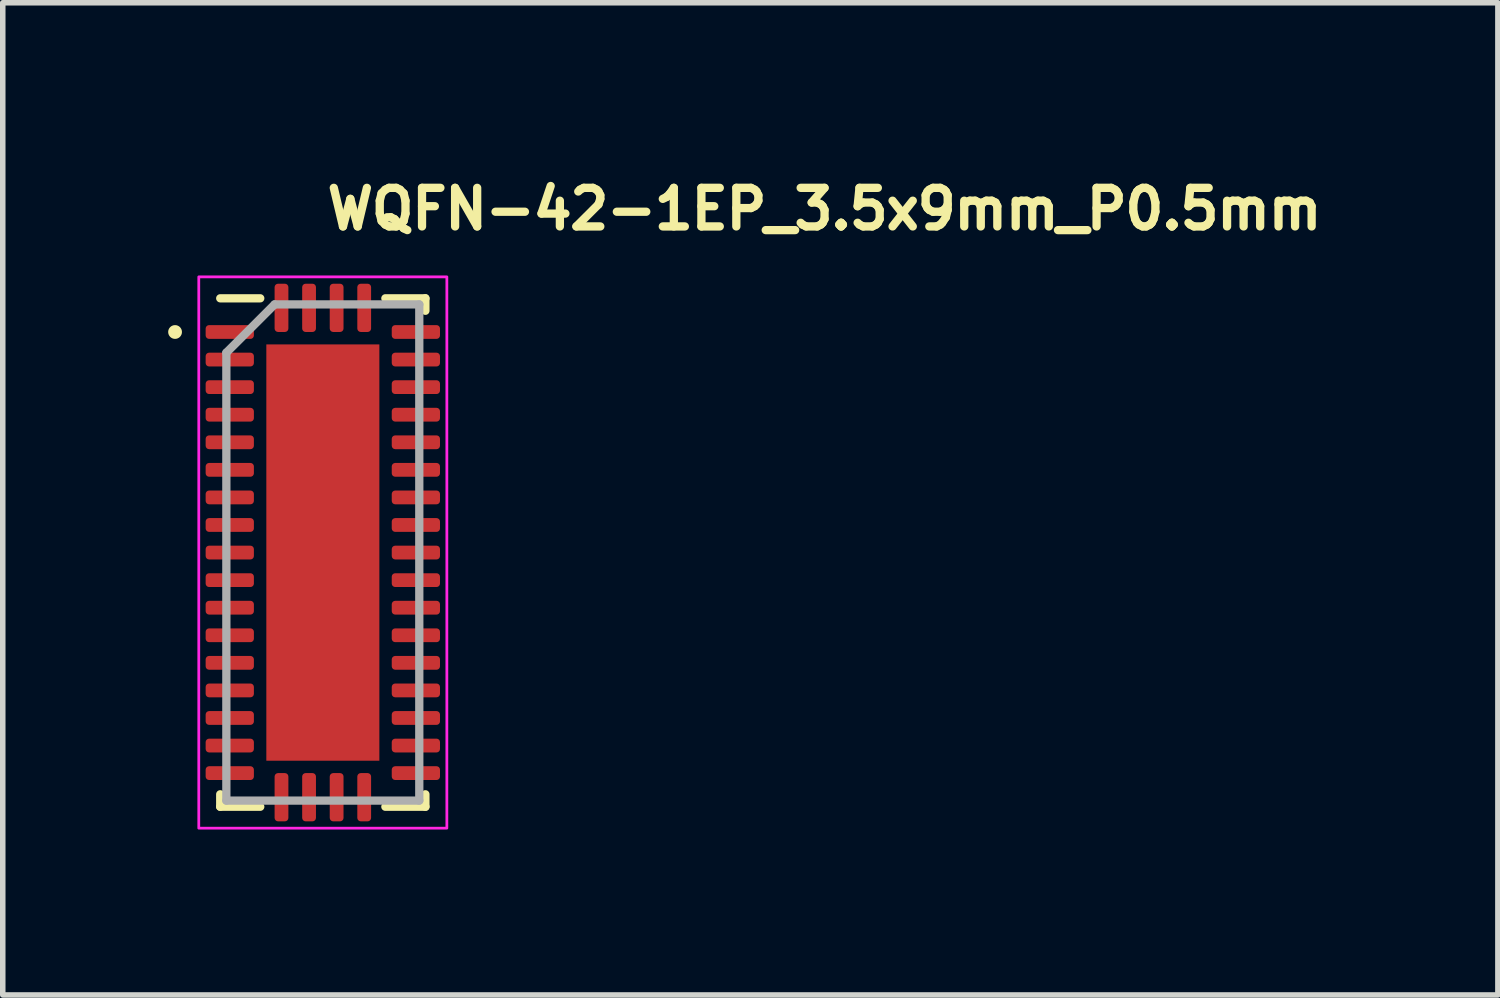
<source format=kicad_pcb>
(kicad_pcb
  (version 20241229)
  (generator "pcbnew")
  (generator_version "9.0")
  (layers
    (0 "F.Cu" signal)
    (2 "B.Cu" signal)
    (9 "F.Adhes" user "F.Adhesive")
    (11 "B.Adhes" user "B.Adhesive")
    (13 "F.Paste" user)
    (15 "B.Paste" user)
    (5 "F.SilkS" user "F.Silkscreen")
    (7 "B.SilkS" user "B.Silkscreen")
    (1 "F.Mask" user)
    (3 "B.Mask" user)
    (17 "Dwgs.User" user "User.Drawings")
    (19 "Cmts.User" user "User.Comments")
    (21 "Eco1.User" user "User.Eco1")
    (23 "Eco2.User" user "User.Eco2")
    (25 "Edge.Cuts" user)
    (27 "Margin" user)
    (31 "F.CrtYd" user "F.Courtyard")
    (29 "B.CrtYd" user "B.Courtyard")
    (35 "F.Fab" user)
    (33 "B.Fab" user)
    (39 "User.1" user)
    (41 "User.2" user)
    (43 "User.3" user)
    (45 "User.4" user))
  (footprint "WQFN-42-1EP_3.5x9mm_P0.5mm"
    (layer "F.Cu")
    (at 2.805 6.971)
    (property "Reference" "WQFN-42-1EP_3.5x9mm_P0.5mm" (at 0 -5.821 0) (layer "F.SilkS") (effects (font (size 0.7 0.7) (thickness 0.15)) (justify left bottom)))
    (attr smd)
    (fp_line (start -1.861 4.61) (end -1.861 4.384) (stroke (width 0.15) (type solid)) (layer "F.SilkS"))
    (fp_line (start -1.135 -4.611) (end -1.861 -4.611) (stroke (width 0.15) (type solid)) (layer "F.SilkS"))
    (fp_line (start -1.135 4.61) (end -1.861 4.61) (stroke (width 0.15) (type solid)) (layer "F.SilkS"))
    (fp_line (start 1.134 -4.611) (end 1.86 -4.611) (stroke (width 0.15) (type solid)) (layer "F.SilkS"))
    (fp_line (start 1.134 4.61) (end 1.86 4.61) (stroke (width 0.15) (type solid)) (layer "F.SilkS"))
    (fp_line (start 1.86 -4.611) (end 1.86 -4.385) (stroke (width 0.15) (type solid)) (layer "F.SilkS"))
    (fp_line (start 1.86 4.61) (end 1.86 4.384) (stroke (width 0.15) (type solid)) (layer "F.SilkS"))
    (fp_circle (center -2.68 -4) (end -2.63 -4) (stroke (width 0.15) (type solid)) (fill yes) (layer "F.SilkS"))
    (fp_rect (start -2.25 -5) (end 2.249 4.998) (stroke (width 0.05) (type solid)) (fill no) (layer "F.CrtYd"))
    (fp_line (start -1.75 -3.625) (end -0.875 -4.5) (stroke (width 0.15) (type solid)) (layer "F.Fab"))
    (fp_line (start -1.75 4.498) (end -1.75 -3.625) (stroke (width 0.15) (type solid)) (layer "F.Fab"))
    (fp_line (start -0.875 -4.5) (end 1.749 -4.5) (stroke (width 0.15) (type solid)) (layer "F.Fab"))
    (fp_line (start 1.749 -4.5) (end 1.749 4.498) (stroke (width 0.15) (type solid)) (layer "F.Fab"))
    (fp_line (start 1.749 4.498) (end -1.75 4.498) (stroke (width 0.15) (type solid)) (layer "F.Fab"))
    (fp_rect (start -1.75 -4.5) (end 1.749 4.498) (stroke (width 0.1) (type solid)) (fill no) (layer "User.5"))
    (fp_line (start -1.75 -4.5) (end -1.75 4.498) (stroke (width 0.02) (type solid)) (layer "User.9"))
    (fp_line (start -1.75 4.498) (end 1.749 4.498) (stroke (width 0.02) (type solid)) (layer "User.9"))
    (fp_line (start -1.45 -4.021) (end -1.45 -4.012) (stroke (width 0.02) (type solid)) (layer "User.9"))
    (fp_line (start -1.45 -4.021) (end -1.45 -4.012) (stroke (width 0.02) (type solid)) (layer "User.9"))
    (fp_line (start -1.45 -4.012) (end -1.45 -4) (stroke (width 0.02) (type solid)) (layer "User.9"))
    (fp_line (start -1.45 -4.012) (end -1.45 -4) (stroke (width 0.02) (type solid)) (layer "User.9"))
    (fp_line (start -1.45 -4) (end -1.45 -4) (stroke (width 0.02) (type solid)) (layer "User.9"))
    (fp_line (start -1.45 -4) (end -1.45 -4) (stroke (width 0.02) (type solid)) (layer "User.9"))
    (fp_line (start -1.45 -4) (end -1.45 -3.991) (stroke (width 0.02) (type solid)) (layer "User.9"))
    (fp_line (start -1.45 -4) (end -1.45 -3.991) (stroke (width 0.02) (type solid)) (layer "User.9"))
    (fp_line (start -1.45 -3.991) (end -1.45 -3.98) (stroke (width 0.02) (type solid)) (layer "User.9"))
    (fp_line (start -1.45 -3.991) (end -1.45 -3.98) (stroke (width 0.02) (type solid)) (layer "User.9"))
    (fp_line (start -1.45 -3.98) (end -1.448 -3.971) (stroke (width 0.02) (type solid)) (layer "User.9"))
    (fp_line (start -1.45 -3.98) (end -1.448 -3.971) (stroke (width 0.02) (type solid)) (layer "User.9"))
    (fp_line (start -1.448 -4.031) (end -1.45 -4.021) (stroke (width 0.02) (type solid)) (layer "User.9"))
    (fp_line (start -1.448 -4.031) (end -1.45 -4.021) (stroke (width 0.02) (type solid)) (layer "User.9"))
    (fp_line (start -1.448 -3.971) (end -1.446 -3.96) (stroke (width 0.02) (type solid)) (layer "User.9"))
    (fp_line (start -1.448 -3.971) (end -1.446 -3.96) (stroke (width 0.02) (type solid)) (layer "User.9"))
    (fp_line (start -1.446 -4.042) (end -1.448 -4.031) (stroke (width 0.02) (type solid)) (layer "User.9"))
    (fp_line (start -1.446 -4.042) (end -1.448 -4.031) (stroke (width 0.02) (type solid)) (layer "User.9"))
    (fp_line (start -1.446 -3.96) (end -1.444 -3.951) (stroke (width 0.02) (type solid)) (layer "User.9"))
    (fp_line (start -1.446 -3.96) (end -1.444 -3.951) (stroke (width 0.02) (type solid)) (layer "User.9"))
    (fp_line (start -1.444 -4.05) (end -1.446 -4.042) (stroke (width 0.02) (type solid)) (layer "User.9"))
    (fp_line (start -1.444 -4.05) (end -1.446 -4.042) (stroke (width 0.02) (type solid)) (layer "User.9"))
    (fp_line (start -1.444 -3.951) (end -1.442 -3.942) (stroke (width 0.02) (type solid)) (layer "User.9"))
    (fp_line (start -1.444 -3.951) (end -1.442 -3.942) (stroke (width 0.02) (type solid)) (layer "User.9"))
    (fp_line (start -1.442 -4.061) (end -1.444 -4.05) (stroke (width 0.02) (type solid)) (layer "User.9"))
    (fp_line (start -1.442 -4.061) (end -1.444 -4.05) (stroke (width 0.02) (type solid)) (layer "User.9"))
    (fp_line (start -1.442 -3.942) (end -1.438 -3.932) (stroke (width 0.02) (type solid)) (layer "User.9"))
    (fp_line (start -1.442 -3.942) (end -1.438 -3.932) (stroke (width 0.02) (type solid)) (layer "User.9"))
    (fp_line (start -1.438 -4.069) (end -1.442 -4.061) (stroke (width 0.02) (type solid)) (layer "User.9"))
    (fp_line (start -1.438 -4.069) (end -1.442 -4.061) (stroke (width 0.02) (type solid)) (layer "User.9"))
    (fp_line (start -1.438 -3.932) (end -1.436 -3.923) (stroke (width 0.02) (type solid)) (layer "User.9"))
    (fp_line (start -1.438 -3.932) (end -1.436 -3.923) (stroke (width 0.02) (type solid)) (layer "User.9"))
    (fp_line (start -1.436 -4.079) (end -1.438 -4.069) (stroke (width 0.02) (type solid)) (layer "User.9"))
    (fp_line (start -1.436 -4.079) (end -1.438 -4.069) (stroke (width 0.02) (type solid)) (layer "User.9"))
    (fp_line (start -1.436 -3.923) (end -1.432 -3.915) (stroke (width 0.02) (type solid)) (layer "User.9"))
    (fp_line (start -1.436 -3.923) (end -1.432 -3.915) (stroke (width 0.02) (type solid)) (layer "User.9"))
    (fp_line (start -1.432 -4.087) (end -1.436 -4.079) (stroke (width 0.02) (type solid)) (layer "User.9"))
    (fp_line (start -1.432 -4.087) (end -1.436 -4.079) (stroke (width 0.02) (type solid)) (layer "User.9"))
    (fp_line (start -1.432 -3.915) (end -1.426 -3.906) (stroke (width 0.02) (type solid)) (layer "User.9"))
    (fp_line (start -1.432 -3.915) (end -1.426 -3.906) (stroke (width 0.02) (type solid)) (layer "User.9"))
    (fp_line (start -1.426 -4.096) (end -1.432 -4.087) (stroke (width 0.02) (type solid)) (layer "User.9"))
    (fp_line (start -1.426 -4.096) (end -1.432 -4.087) (stroke (width 0.02) (type solid)) (layer "User.9"))
    (fp_line (start -1.426 -3.906) (end -1.422 -3.898) (stroke (width 0.02) (type solid)) (layer "User.9"))
    (fp_line (start -1.426 -3.906) (end -1.422 -3.898) (stroke (width 0.02) (type solid)) (layer "User.9"))
    (fp_line (start -1.422 -4.105) (end -1.426 -4.096) (stroke (width 0.02) (type solid)) (layer "User.9"))
    (fp_line (start -1.422 -4.105) (end -1.426 -4.096) (stroke (width 0.02) (type solid)) (layer "User.9"))
    (fp_line (start -1.422 -3.898) (end -1.416 -3.89) (stroke (width 0.02) (type solid)) (layer "User.9"))
    (fp_line (start -1.422 -3.898) (end -1.416 -3.89) (stroke (width 0.02) (type solid)) (layer "User.9"))
    (fp_line (start -1.416 -4.113) (end -1.422 -4.105) (stroke (width 0.02) (type solid)) (layer "User.9"))
    (fp_line (start -1.416 -4.113) (end -1.422 -4.105) (stroke (width 0.02) (type solid)) (layer "User.9"))
    (fp_line (start -1.416 -3.89) (end -1.412 -3.882) (stroke (width 0.02) (type solid)) (layer "User.9"))
    (fp_line (start -1.416 -3.89) (end -1.412 -3.882) (stroke (width 0.02) (type solid)) (layer "User.9"))
    (fp_line (start -1.412 -4.121) (end -1.416 -4.113) (stroke (width 0.02) (type solid)) (layer "User.9"))
    (fp_line (start -1.412 -4.121) (end -1.416 -4.113) (stroke (width 0.02) (type solid)) (layer "User.9"))
    (fp_line (start -1.412 -3.882) (end -1.405 -3.874) (stroke (width 0.02) (type solid)) (layer "User.9"))
    (fp_line (start -1.412 -3.882) (end -1.405 -3.874) (stroke (width 0.02) (type solid)) (layer "User.9"))
    (fp_line (start -1.405 -4.129) (end -1.412 -4.121) (stroke (width 0.02) (type solid)) (layer "User.9"))
    (fp_line (start -1.405 -4.129) (end -1.412 -4.121) (stroke (width 0.02) (type solid)) (layer "User.9"))
    (fp_line (start -1.405 -3.874) (end -1.399 -3.867) (stroke (width 0.02) (type solid)) (layer "User.9"))
    (fp_line (start -1.405 -3.874) (end -1.399 -3.867) (stroke (width 0.02) (type solid)) (layer "User.9"))
    (fp_line (start -1.399 -4.135) (end -1.405 -4.129) (stroke (width 0.02) (type solid)) (layer "User.9"))
    (fp_line (start -1.399 -4.135) (end -1.405 -4.129) (stroke (width 0.02) (type solid)) (layer "User.9"))
    (fp_line (start -1.399 -3.867) (end -1.393 -3.859) (stroke (width 0.02) (type solid)) (layer "User.9"))
    (fp_line (start -1.399 -3.867) (end -1.393 -3.859) (stroke (width 0.02) (type solid)) (layer "User.9"))
    (fp_line (start -1.393 -4.143) (end -1.399 -4.135) (stroke (width 0.02) (type solid)) (layer "User.9"))
    (fp_line (start -1.393 -4.143) (end -1.399 -4.135) (stroke (width 0.02) (type solid)) (layer "User.9"))
    (fp_line (start -1.393 -3.859) (end -1.385 -3.854) (stroke (width 0.02) (type solid)) (layer "User.9"))
    (fp_line (start -1.393 -3.859) (end -1.385 -3.854) (stroke (width 0.02) (type solid)) (layer "User.9"))
    (fp_line (start -1.385 -4.148) (end -1.393 -4.143) (stroke (width 0.02) (type solid)) (layer "User.9"))
    (fp_line (start -1.385 -4.148) (end -1.393 -4.143) (stroke (width 0.02) (type solid)) (layer "User.9"))
    (fp_line (start -1.385 -3.854) (end -1.379 -3.847) (stroke (width 0.02) (type solid)) (layer "User.9"))
    (fp_line (start -1.385 -3.854) (end -1.379 -3.847) (stroke (width 0.02) (type solid)) (layer "User.9"))
    (fp_line (start -1.379 -4.156) (end -1.385 -4.148) (stroke (width 0.02) (type solid)) (layer "User.9"))
    (fp_line (start -1.379 -4.156) (end -1.385 -4.148) (stroke (width 0.02) (type solid)) (layer "User.9"))
    (fp_line (start -1.379 -3.847) (end -1.371 -3.84) (stroke (width 0.02) (type solid)) (layer "User.9"))
    (fp_line (start -1.379 -3.847) (end -1.371 -3.84) (stroke (width 0.02) (type solid)) (layer "User.9"))
    (fp_line (start -1.371 -4.162) (end -1.379 -4.156) (stroke (width 0.02) (type solid)) (layer "User.9"))
    (fp_line (start -1.371 -4.162) (end -1.379 -4.156) (stroke (width 0.02) (type solid)) (layer "User.9"))
    (fp_line (start -1.371 -3.84) (end -1.363 -3.835) (stroke (width 0.02) (type solid)) (layer "User.9"))
    (fp_line (start -1.371 -3.84) (end -1.363 -3.835) (stroke (width 0.02) (type solid)) (layer "User.9"))
    (fp_line (start -1.363 -4.167) (end -1.371 -4.162) (stroke (width 0.02) (type solid)) (layer "User.9"))
    (fp_line (start -1.363 -4.167) (end -1.371 -4.162) (stroke (width 0.02) (type solid)) (layer "User.9"))
    (fp_line (start -1.363 -3.835) (end -1.355 -3.83) (stroke (width 0.02) (type solid)) (layer "User.9"))
    (fp_line (start -1.363 -3.835) (end -1.355 -3.83) (stroke (width 0.02) (type solid)) (layer "User.9"))
    (fp_line (start -1.355 -4.172) (end -1.363 -4.167) (stroke (width 0.02) (type solid)) (layer "User.9"))
    (fp_line (start -1.355 -4.172) (end -1.363 -4.167) (stroke (width 0.02) (type solid)) (layer "User.9"))
    (fp_line (start -1.355 -3.83) (end -1.347 -3.826) (stroke (width 0.02) (type solid)) (layer "User.9"))
    (fp_line (start -1.355 -3.83) (end -1.347 -3.826) (stroke (width 0.02) (type solid)) (layer "User.9"))
    (fp_line (start -1.347 -4.177) (end -1.355 -4.172) (stroke (width 0.02) (type solid)) (layer "User.9"))
    (fp_line (start -1.347 -4.177) (end -1.355 -4.172) (stroke (width 0.02) (type solid)) (layer "User.9"))
    (fp_line (start -1.347 -3.826) (end -1.337 -3.821) (stroke (width 0.02) (type solid)) (layer "User.9"))
    (fp_line (start -1.347 -3.826) (end -1.337 -3.821) (stroke (width 0.02) (type solid)) (layer "User.9"))
    (fp_line (start -1.337 -4.181) (end -1.347 -4.177) (stroke (width 0.02) (type solid)) (layer "User.9"))
    (fp_line (start -1.337 -4.181) (end -1.347 -4.177) (stroke (width 0.02) (type solid)) (layer "User.9"))
    (fp_line (start -1.337 -3.821) (end -1.329 -3.817) (stroke (width 0.02) (type solid)) (layer "User.9"))
    (fp_line (start -1.337 -3.821) (end -1.329 -3.817) (stroke (width 0.02) (type solid)) (layer "User.9"))
    (fp_line (start -1.329 -4.186) (end -1.337 -4.181) (stroke (width 0.02) (type solid)) (layer "User.9"))
    (fp_line (start -1.329 -4.186) (end -1.337 -4.181) (stroke (width 0.02) (type solid)) (layer "User.9"))
    (fp_line (start -1.329 -3.817) (end -1.319 -3.814) (stroke (width 0.02) (type solid)) (layer "User.9"))
    (fp_line (start -1.329 -3.817) (end -1.319 -3.814) (stroke (width 0.02) (type solid)) (layer "User.9"))
    (fp_line (start -1.319 -4.188) (end -1.329 -4.186) (stroke (width 0.02) (type solid)) (layer "User.9"))
    (fp_line (start -1.319 -4.188) (end -1.329 -4.186) (stroke (width 0.02) (type solid)) (layer "User.9"))
    (fp_line (start -1.319 -3.814) (end -1.311 -3.81) (stroke (width 0.02) (type solid)) (layer "User.9"))
    (fp_line (start -1.319 -3.814) (end -1.311 -3.81) (stroke (width 0.02) (type solid)) (layer "User.9"))
    (fp_line (start -1.311 -4.191) (end -1.319 -4.188) (stroke (width 0.02) (type solid)) (layer "User.9"))
    (fp_line (start -1.311 -4.191) (end -1.319 -4.188) (stroke (width 0.02) (type solid)) (layer "User.9"))
    (fp_line (start -1.311 -3.81) (end -1.301 -3.807) (stroke (width 0.02) (type solid)) (layer "User.9"))
    (fp_line (start -1.311 -3.81) (end -1.301 -3.807) (stroke (width 0.02) (type solid)) (layer "User.9"))
    (fp_line (start -1.301 -4.194) (end -1.311 -4.191) (stroke (width 0.02) (type solid)) (layer "User.9"))
    (fp_line (start -1.301 -4.194) (end -1.311 -4.191) (stroke (width 0.02) (type solid)) (layer "User.9"))
    (fp_line (start -1.301 -3.807) (end -1.291 -3.806) (stroke (width 0.02) (type solid)) (layer "User.9"))
    (fp_line (start -1.301 -3.807) (end -1.291 -3.806) (stroke (width 0.02) (type solid)) (layer "User.9"))
    (fp_line (start -1.291 -4.196) (end -1.301 -4.194) (stroke (width 0.02) (type solid)) (layer "User.9"))
    (fp_line (start -1.291 -4.196) (end -1.301 -4.194) (stroke (width 0.02) (type solid)) (layer "User.9"))
    (fp_line (start -1.291 -3.806) (end -1.281 -3.803) (stroke (width 0.02) (type solid)) (layer "User.9"))
    (fp_line (start -1.291 -3.806) (end -1.281 -3.803) (stroke (width 0.02) (type solid)) (layer "User.9"))
    (fp_line (start -1.281 -4.199) (end -1.291 -4.196) (stroke (width 0.02) (type solid)) (layer "User.9"))
    (fp_line (start -1.281 -4.199) (end -1.291 -4.196) (stroke (width 0.02) (type solid)) (layer "User.9"))
    (fp_line (start -1.281 -3.803) (end -1.272 -3.802) (stroke (width 0.02) (type solid)) (layer "User.9"))
    (fp_line (start -1.281 -3.803) (end -1.272 -3.802) (stroke (width 0.02) (type solid)) (layer "User.9"))
    (fp_line (start -1.272 -4.199) (end -1.281 -4.199) (stroke (width 0.02) (type solid)) (layer "User.9"))
    (fp_line (start -1.272 -4.199) (end -1.281 -4.199) (stroke (width 0.02) (type solid)) (layer "User.9"))
    (fp_line (start -1.272 -3.802) (end -1.262 -3.802) (stroke (width 0.02) (type solid)) (layer "User.9"))
    (fp_line (start -1.272 -3.802) (end -1.262 -3.802) (stroke (width 0.02) (type solid)) (layer "User.9"))
    (fp_line (start -1.262 -4.201) (end -1.272 -4.199) (stroke (width 0.02) (type solid)) (layer "User.9"))
    (fp_line (start -1.262 -4.201) (end -1.272 -4.199) (stroke (width 0.02) (type solid)) (layer "User.9"))
    (fp_line (start -1.262 -3.802) (end -1.25 -3.801) (stroke (width 0.02) (type solid)) (layer "User.9"))
    (fp_line (start -1.262 -3.802) (end -1.25 -3.801) (stroke (width 0.02) (type solid)) (layer "User.9"))
    (fp_line (start -1.25 -4.202) (end -1.262 -4.201) (stroke (width 0.02) (type solid)) (layer "User.9"))
    (fp_line (start -1.25 -4.202) (end -1.262 -4.201) (stroke (width 0.02) (type solid)) (layer "User.9"))
    (fp_line (start -1.25 -3.801) (end -1.24 -3.802) (stroke (width 0.02) (type solid)) (layer "User.9"))
    (fp_line (start -1.25 -3.801) (end -1.24 -3.802) (stroke (width 0.02) (type solid)) (layer "User.9"))
    (fp_line (start -1.24 -4.201) (end -1.252 -4.202) (stroke (width 0.02) (type solid)) (layer "User.9"))
    (fp_line (start -1.24 -4.201) (end -1.252 -4.202) (stroke (width 0.02) (type solid)) (layer "User.9"))
    (fp_line (start -1.24 -3.802) (end -1.23 -3.802) (stroke (width 0.02) (type solid)) (layer "User.9"))
    (fp_line (start -1.24 -3.802) (end -1.23 -3.802) (stroke (width 0.02) (type solid)) (layer "User.9"))
    (fp_line (start -1.23 -4.199) (end -1.24 -4.201) (stroke (width 0.02) (type solid)) (layer "User.9"))
    (fp_line (start -1.23 -4.199) (end -1.24 -4.201) (stroke (width 0.02) (type solid)) (layer "User.9"))
    (fp_line (start -1.23 -3.802) (end -1.22 -3.803) (stroke (width 0.02) (type solid)) (layer "User.9"))
    (fp_line (start -1.23 -3.802) (end -1.22 -3.803) (stroke (width 0.02) (type solid)) (layer "User.9"))
    (fp_line (start -1.22 -4.199) (end -1.23 -4.199) (stroke (width 0.02) (type solid)) (layer "User.9"))
    (fp_line (start -1.22 -4.199) (end -1.23 -4.199) (stroke (width 0.02) (type solid)) (layer "User.9"))
    (fp_line (start -1.22 -3.803) (end -1.21 -3.806) (stroke (width 0.02) (type solid)) (layer "User.9"))
    (fp_line (start -1.22 -3.803) (end -1.21 -3.806) (stroke (width 0.02) (type solid)) (layer "User.9"))
    (fp_line (start -1.21 -4.196) (end -1.22 -4.199) (stroke (width 0.02) (type solid)) (layer "User.9"))
    (fp_line (start -1.21 -4.196) (end -1.22 -4.199) (stroke (width 0.02) (type solid)) (layer "User.9"))
    (fp_line (start -1.21 -3.806) (end -1.202 -3.807) (stroke (width 0.02) (type solid)) (layer "User.9"))
    (fp_line (start -1.21 -3.806) (end -1.202 -3.807) (stroke (width 0.02) (type solid)) (layer "User.9"))
    (fp_line (start -1.202 -4.194) (end -1.21 -4.196) (stroke (width 0.02) (type solid)) (layer "User.9"))
    (fp_line (start -1.202 -4.194) (end -1.21 -4.196) (stroke (width 0.02) (type solid)) (layer "User.9"))
    (fp_line (start -1.202 -3.807) (end -1.192 -3.81) (stroke (width 0.02) (type solid)) (layer "User.9"))
    (fp_line (start -1.202 -3.807) (end -1.192 -3.81) (stroke (width 0.02) (type solid)) (layer "User.9"))
    (fp_line (start -1.192 -4.191) (end -1.202 -4.194) (stroke (width 0.02) (type solid)) (layer "User.9"))
    (fp_line (start -1.192 -4.191) (end -1.202 -4.194) (stroke (width 0.02) (type solid)) (layer "User.9"))
    (fp_line (start -1.192 -3.81) (end -1.182 -3.814) (stroke (width 0.02) (type solid)) (layer "User.9"))
    (fp_line (start -1.192 -3.81) (end -1.182 -3.814) (stroke (width 0.02) (type solid)) (layer "User.9"))
    (fp_line (start -1.182 -4.188) (end -1.192 -4.191) (stroke (width 0.02) (type solid)) (layer "User.9"))
    (fp_line (start -1.182 -4.188) (end -1.192 -4.191) (stroke (width 0.02) (type solid)) (layer "User.9"))
    (fp_line (start -1.182 -3.814) (end -1.174 -3.817) (stroke (width 0.02) (type solid)) (layer "User.9"))
    (fp_line (start -1.182 -3.814) (end -1.174 -3.817) (stroke (width 0.02) (type solid)) (layer "User.9"))
    (fp_line (start -1.174 -4.186) (end -1.182 -4.188) (stroke (width 0.02) (type solid)) (layer "User.9"))
    (fp_line (start -1.174 -4.186) (end -1.182 -4.188) (stroke (width 0.02) (type solid)) (layer "User.9"))
    (fp_line (start -1.174 -3.817) (end -1.164 -3.821) (stroke (width 0.02) (type solid)) (layer "User.9"))
    (fp_line (start -1.174 -3.817) (end -1.164 -3.821) (stroke (width 0.02) (type solid)) (layer "User.9"))
    (fp_line (start -1.164 -4.181) (end -1.174 -4.186) (stroke (width 0.02) (type solid)) (layer "User.9"))
    (fp_line (start -1.164 -4.181) (end -1.174 -4.186) (stroke (width 0.02) (type solid)) (layer "User.9"))
    (fp_line (start -1.164 -3.821) (end -1.156 -3.826) (stroke (width 0.02) (type solid)) (layer "User.9"))
    (fp_line (start -1.164 -3.821) (end -1.156 -3.826) (stroke (width 0.02) (type solid)) (layer "User.9"))
    (fp_line (start -1.156 -4.177) (end -1.164 -4.181) (stroke (width 0.02) (type solid)) (layer "User.9"))
    (fp_line (start -1.156 -4.177) (end -1.164 -4.181) (stroke (width 0.02) (type solid)) (layer "User.9"))
    (fp_line (start -1.156 -3.826) (end -1.147 -3.83) (stroke (width 0.02) (type solid)) (layer "User.9"))
    (fp_line (start -1.156 -3.826) (end -1.147 -3.83) (stroke (width 0.02) (type solid)) (layer "User.9"))
    (fp_line (start -1.147 -4.172) (end -1.156 -4.177) (stroke (width 0.02) (type solid)) (layer "User.9"))
    (fp_line (start -1.147 -4.172) (end -1.156 -4.177) (stroke (width 0.02) (type solid)) (layer "User.9"))
    (fp_line (start -1.147 -3.83) (end -1.139 -3.835) (stroke (width 0.02) (type solid)) (layer "User.9"))
    (fp_line (start -1.147 -3.83) (end -1.139 -3.835) (stroke (width 0.02) (type solid)) (layer "User.9"))
    (fp_line (start -1.139 -4.167) (end -1.147 -4.172) (stroke (width 0.02) (type solid)) (layer "User.9"))
    (fp_line (start -1.139 -4.167) (end -1.147 -4.172) (stroke (width 0.02) (type solid)) (layer "User.9"))
    (fp_line (start -1.139 -3.835) (end -1.131 -3.84) (stroke (width 0.02) (type solid)) (layer "User.9"))
    (fp_line (start -1.139 -3.835) (end -1.131 -3.84) (stroke (width 0.02) (type solid)) (layer "User.9"))
    (fp_line (start -1.131 -4.162) (end -1.139 -4.167) (stroke (width 0.02) (type solid)) (layer "User.9"))
    (fp_line (start -1.131 -4.162) (end -1.139 -4.167) (stroke (width 0.02) (type solid)) (layer "User.9"))
    (fp_line (start -1.131 -3.84) (end -1.123 -3.847) (stroke (width 0.02) (type solid)) (layer "User.9"))
    (fp_line (start -1.131 -3.84) (end -1.123 -3.847) (stroke (width 0.02) (type solid)) (layer "User.9"))
    (fp_line (start -1.123 -4.156) (end -1.131 -4.162) (stroke (width 0.02) (type solid)) (layer "User.9"))
    (fp_line (start -1.123 -4.156) (end -1.131 -4.162) (stroke (width 0.02) (type solid)) (layer "User.9"))
    (fp_line (start -1.123 -3.847) (end -1.117 -3.854) (stroke (width 0.02) (type solid)) (layer "User.9"))
    (fp_line (start -1.123 -3.847) (end -1.117 -3.854) (stroke (width 0.02) (type solid)) (layer "User.9"))
    (fp_line (start -1.117 -4.148) (end -1.123 -4.156) (stroke (width 0.02) (type solid)) (layer "User.9"))
    (fp_line (start -1.117 -4.148) (end -1.123 -4.156) (stroke (width 0.02) (type solid)) (layer "User.9"))
    (fp_line (start -1.117 -3.854) (end -1.109 -3.859) (stroke (width 0.02) (type solid)) (layer "User.9"))
    (fp_line (start -1.117 -3.854) (end -1.109 -3.859) (stroke (width 0.02) (type solid)) (layer "User.9"))
    (fp_line (start -1.109 -4.143) (end -1.117 -4.148) (stroke (width 0.02) (type solid)) (layer "User.9"))
    (fp_line (start -1.109 -4.143) (end -1.117 -4.148) (stroke (width 0.02) (type solid)) (layer "User.9"))
    (fp_line (start -1.109 -3.859) (end -1.103 -3.867) (stroke (width 0.02) (type solid)) (layer "User.9"))
    (fp_line (start -1.109 -3.859) (end -1.103 -3.867) (stroke (width 0.02) (type solid)) (layer "User.9"))
    (fp_line (start -1.103 -4.135) (end -1.109 -4.143) (stroke (width 0.02) (type solid)) (layer "User.9"))
    (fp_line (start -1.103 -4.135) (end -1.109 -4.143) (stroke (width 0.02) (type solid)) (layer "User.9"))
    (fp_line (start -1.103 -3.867) (end -1.097 -3.874) (stroke (width 0.02) (type solid)) (layer "User.9"))
    (fp_line (start -1.103 -3.867) (end -1.097 -3.874) (stroke (width 0.02) (type solid)) (layer "User.9"))
    (fp_line (start -1.097 -4.129) (end -1.103 -4.135) (stroke (width 0.02) (type solid)) (layer "User.9"))
    (fp_line (start -1.097 -4.129) (end -1.103 -4.135) (stroke (width 0.02) (type solid)) (layer "User.9"))
    (fp_line (start -1.097 -3.874) (end -1.091 -3.882) (stroke (width 0.02) (type solid)) (layer "User.9"))
    (fp_line (start -1.097 -3.874) (end -1.091 -3.882) (stroke (width 0.02) (type solid)) (layer "User.9"))
    (fp_line (start -1.091 -4.121) (end -1.097 -4.129) (stroke (width 0.02) (type solid)) (layer "User.9"))
    (fp_line (start -1.091 -4.121) (end -1.097 -4.129) (stroke (width 0.02) (type solid)) (layer "User.9"))
    (fp_line (start -1.091 -3.882) (end -1.085 -3.89) (stroke (width 0.02) (type solid)) (layer "User.9"))
    (fp_line (start -1.091 -3.882) (end -1.085 -3.89) (stroke (width 0.02) (type solid)) (layer "User.9"))
    (fp_line (start -1.085 -4.113) (end -1.091 -4.121) (stroke (width 0.02) (type solid)) (layer "User.9"))
    (fp_line (start -1.085 -4.113) (end -1.091 -4.121) (stroke (width 0.02) (type solid)) (layer "User.9"))
    (fp_line (start -1.085 -3.89) (end -1.081 -3.898) (stroke (width 0.02) (type solid)) (layer "User.9"))
    (fp_line (start -1.085 -3.89) (end -1.081 -3.898) (stroke (width 0.02) (type solid)) (layer "User.9"))
    (fp_line (start -1.081 -4.105) (end -1.085 -4.113) (stroke (width 0.02) (type solid)) (layer "User.9"))
    (fp_line (start -1.081 -4.105) (end -1.085 -4.113) (stroke (width 0.02) (type solid)) (layer "User.9"))
    (fp_line (start -1.081 -3.898) (end -1.075 -3.906) (stroke (width 0.02) (type solid)) (layer "User.9"))
    (fp_line (start -1.081 -3.898) (end -1.075 -3.906) (stroke (width 0.02) (type solid)) (layer "User.9"))
    (fp_line (start -1.075 -4.096) (end -1.081 -4.105) (stroke (width 0.02) (type solid)) (layer "User.9"))
    (fp_line (start -1.075 -4.096) (end -1.081 -4.105) (stroke (width 0.02) (type solid)) (layer "User.9"))
    (fp_line (start -1.075 -3.906) (end -1.071 -3.915) (stroke (width 0.02) (type solid)) (layer "User.9"))
    (fp_line (start -1.075 -3.906) (end -1.071 -3.915) (stroke (width 0.02) (type solid)) (layer "User.9"))
    (fp_line (start -1.071 -4.087) (end -1.075 -4.096) (stroke (width 0.02) (type solid)) (layer "User.9"))
    (fp_line (start -1.071 -4.087) (end -1.075 -4.096) (stroke (width 0.02) (type solid)) (layer "User.9"))
    (fp_line (start -1.071 -3.915) (end -1.067 -3.923) (stroke (width 0.02) (type solid)) (layer "User.9"))
    (fp_line (start -1.071 -3.915) (end -1.067 -3.923) (stroke (width 0.02) (type solid)) (layer "User.9"))
    (fp_line (start -1.067 -4.079) (end -1.071 -4.087) (stroke (width 0.02) (type solid)) (layer "User.9"))
    (fp_line (start -1.067 -4.079) (end -1.071 -4.087) (stroke (width 0.02) (type solid)) (layer "User.9"))
    (fp_line (start -1.067 -3.923) (end -1.063 -3.932) (stroke (width 0.02) (type solid)) (layer "User.9"))
    (fp_line (start -1.067 -3.923) (end -1.063 -3.932) (stroke (width 0.02) (type solid)) (layer "User.9"))
    (fp_line (start -1.063 -4.069) (end -1.067 -4.079) (stroke (width 0.02) (type solid)) (layer "User.9"))
    (fp_line (start -1.063 -4.069) (end -1.067 -4.079) (stroke (width 0.02) (type solid)) (layer "User.9"))
    (fp_line (start -1.063 -3.932) (end -1.061 -3.942) (stroke (width 0.02) (type solid)) (layer "User.9"))
    (fp_line (start -1.063 -3.932) (end -1.061 -3.942) (stroke (width 0.02) (type solid)) (layer "User.9"))
    (fp_line (start -1.061 -4.061) (end -1.063 -4.069) (stroke (width 0.02) (type solid)) (layer "User.9"))
    (fp_line (start -1.061 -4.061) (end -1.063 -4.069) (stroke (width 0.02) (type solid)) (layer "User.9"))
    (fp_line (start -1.061 -3.942) (end -1.057 -3.951) (stroke (width 0.02) (type solid)) (layer "User.9"))
    (fp_line (start -1.061 -3.942) (end -1.057 -3.951) (stroke (width 0.02) (type solid)) (layer "User.9"))
    (fp_line (start -1.057 -4.05) (end -1.061 -4.061) (stroke (width 0.02) (type solid)) (layer "User.9"))
    (fp_line (start -1.057 -4.05) (end -1.061 -4.061) (stroke (width 0.02) (type solid)) (layer "User.9"))
    (fp_line (start -1.057 -3.951) (end -1.055 -3.96) (stroke (width 0.02) (type solid)) (layer "User.9"))
    (fp_line (start -1.057 -3.951) (end -1.055 -3.96) (stroke (width 0.02) (type solid)) (layer "User.9"))
    (fp_line (start -1.055 -4.042) (end -1.057 -4.05) (stroke (width 0.02) (type solid)) (layer "User.9"))
    (fp_line (start -1.055 -4.042) (end -1.057 -4.05) (stroke (width 0.02) (type solid)) (layer "User.9"))
    (fp_line (start -1.055 -3.96) (end -1.053 -3.971) (stroke (width 0.02) (type solid)) (layer "User.9"))
    (fp_line (start -1.055 -3.96) (end -1.053 -3.971) (stroke (width 0.02) (type solid)) (layer "User.9"))
    (fp_line (start -1.053 -4.031) (end -1.055 -4.042) (stroke (width 0.02) (type solid)) (layer "User.9"))
    (fp_line (start -1.053 -4.031) (end -1.055 -4.042) (stroke (width 0.02) (type solid)) (layer "User.9"))
    (fp_line (start -1.053 -4.021) (end -1.053 -4.031) (stroke (width 0.02) (type solid)) (layer "User.9"))
    (fp_line (start -1.053 -4.021) (end -1.053 -4.031) (stroke (width 0.02) (type solid)) (layer "User.9"))
    (fp_line (start -1.053 -3.98) (end -1.051 -3.991) (stroke (width 0.02) (type solid)) (layer "User.9"))
    (fp_line (start -1.053 -3.98) (end -1.051 -3.991) (stroke (width 0.02) (type solid)) (layer "User.9"))
    (fp_line (start -1.053 -3.971) (end -1.053 -3.98) (stroke (width 0.02) (type solid)) (layer "User.9"))
    (fp_line (start -1.053 -3.971) (end -1.053 -3.98) (stroke (width 0.02) (type solid)) (layer "User.9"))
    (fp_line (start -1.051 -4.012) (end -1.053 -4.021) (stroke (width 0.02) (type solid)) (layer "User.9"))
    (fp_line (start -1.051 -4.012) (end -1.053 -4.021) (stroke (width 0.02) (type solid)) (layer "User.9"))
    (fp_line (start -1.051 -4.002) (end -1.051 -4.012) (stroke (width 0.02) (type solid)) (layer "User.9"))
    (fp_line (start -1.051 -4.002) (end -1.051 -4.012) (stroke (width 0.02) (type solid)) (layer "User.9"))
    (fp_line (start -1.051 -4.002) (end -1.051 -4.002) (stroke (width 0.02) (type solid)) (layer "User.9"))
    (fp_line (start -1.051 -4.002) (end -1.051 -4.002) (stroke (width 0.02) (type solid)) (layer "User.9"))
    (fp_line (start -1.051 -3.991) (end -1.051 -4.002) (stroke (width 0.02) (type solid)) (layer "User.9"))
    (fp_line (start -1.051 -3.991) (end -1.051 -4.002) (stroke (width 0.02) (type solid)) (layer "User.9"))
    (fp_line (start 1.749 -4.5) (end -1.75 -4.5) (stroke (width 0.02) (type solid)) (layer "User.9"))
    (fp_line (start 1.749 4.498) (end 1.749 -4.5) (stroke (width 0.02) (type solid)) (layer "User.9"))
    (pad "" smd roundrect (at -0.51 -3.242) (size 0.83 0.87) (layers "F.Paste") (roundrect_rratio 0.25))
    (pad "" smd roundrect (at -0.51 -2.161) (size 0.83 0.87) (layers "F.Paste") (roundrect_rratio 0.25))
    (pad "" smd roundrect (at -0.51 -1.081) (size 0.83 0.87) (layers "F.Paste") (roundrect_rratio 0.25))
    (pad "" smd roundrect (at -0.51 0) (size 0.83 0.87) (layers "F.Paste") (roundrect_rratio 0.25))
    (pad "" smd roundrect (at -0.51 1.08) (size 0.83 0.87) (layers "F.Paste") (roundrect_rratio 0.25))
    (pad "" smd roundrect (at -0.51 2.16) (size 0.83 0.87) (layers "F.Paste") (roundrect_rratio 0.25))
    (pad "" smd roundrect (at -0.51 3.24) (size 0.83 0.87) (layers "F.Paste") (roundrect_rratio 0.25))
    (pad "" smd roundrect (at 0.508 -3.242) (size 0.83 0.87) (layers "F.Paste") (roundrect_rratio 0.25))
    (pad "" smd roundrect (at 0.508 -2.161) (size 0.83 0.87) (layers "F.Paste") (roundrect_rratio 0.25))
    (pad "" smd roundrect (at 0.508 -1.081) (size 0.83 0.87) (layers "F.Paste") (roundrect_rratio 0.25))
    (pad "" smd roundrect (at 0.508 0) (size 0.83 0.87) (layers "F.Paste") (roundrect_rratio 0.25))
    (pad "" smd roundrect (at 0.508 1.08) (size 0.83 0.87) (layers "F.Paste") (roundrect_rratio 0.25))
    (pad "" smd roundrect (at 0.508 2.16) (size 0.83 0.87) (layers "F.Paste") (roundrect_rratio 0.25))
    (pad "" smd roundrect (at 0.508 3.24) (size 0.83 0.87) (layers "F.Paste") (roundrect_rratio 0.25))
    (pad "1" smd roundrect (at -1.688 -4) (size 0.875 0.25) (layers "F.Cu" "F.Mask" "F.Paste") (roundrect_rratio 0.25))
    (pad "2" smd roundrect (at -1.688 -3.5) (size 0.875 0.25) (layers "F.Cu" "F.Mask" "F.Paste") (roundrect_rratio 0.25))
    (pad "3" smd roundrect (at -1.688 -3) (size 0.875 0.25) (layers "F.Cu" "F.Mask" "F.Paste") (roundrect_rratio 0.25))
    (pad "4" smd roundrect (at -1.688 -2.5) (size 0.875 0.25) (layers "F.Cu" "F.Mask" "F.Paste") (roundrect_rratio 0.25))
    (pad "5" smd roundrect (at -1.688 -2) (size 0.875 0.25) (layers "F.Cu" "F.Mask" "F.Paste") (roundrect_rratio 0.25))
    (pad "6" smd roundrect (at -1.688 -1.5) (size 0.875 0.25) (layers "F.Cu" "F.Mask" "F.Paste") (roundrect_rratio 0.25))
    (pad "7" smd roundrect (at -1.688 -1) (size 0.875 0.25) (layers "F.Cu" "F.Mask" "F.Paste") (roundrect_rratio 0.25))
    (pad "8" smd roundrect (at -1.688 -0.5) (size 0.875 0.25) (layers "F.Cu" "F.Mask" "F.Paste") (roundrect_rratio 0.25))
    (pad "9" smd roundrect (at -1.688 0) (size 0.875 0.25) (layers "F.Cu" "F.Mask" "F.Paste") (roundrect_rratio 0.25))
    (pad "10" smd roundrect (at -1.688 0.5) (size 0.875 0.25) (layers "F.Cu" "F.Mask" "F.Paste") (roundrect_rratio 0.25))
    (pad "11" smd roundrect (at -1.688 1) (size 0.875 0.25) (layers "F.Cu" "F.Mask" "F.Paste") (roundrect_rratio 0.25))
    (pad "12" smd roundrect (at -1.688 1.5) (size 0.875 0.25) (layers "F.Cu" "F.Mask" "F.Paste") (roundrect_rratio 0.25))
    (pad "13" smd roundrect (at -1.688 2) (size 0.875 0.25) (layers "F.Cu" "F.Mask" "F.Paste") (roundrect_rratio 0.25))
    (pad "14" smd roundrect (at -1.688 2.5) (size 0.875 0.25) (layers "F.Cu" "F.Mask" "F.Paste") (roundrect_rratio 0.25))
    (pad "15" smd roundrect (at -1.688 3) (size 0.875 0.25) (layers "F.Cu" "F.Mask" "F.Paste") (roundrect_rratio 0.25))
    (pad "16" smd roundrect (at -1.688 3.5) (size 0.875 0.25) (layers "F.Cu" "F.Mask" "F.Paste") (roundrect_rratio 0.25))
    (pad "17" smd roundrect (at -1.688 4) (size 0.875 0.25) (layers "F.Cu" "F.Mask" "F.Paste") (roundrect_rratio 0.25))
    (pad "18" smd roundrect (at -0.75 4.437) (size 0.25 0.875) (layers "F.Cu" "F.Mask" "F.Paste") (roundrect_rratio 0.25))
    (pad "19" smd roundrect (at -0.25 4.437) (size 0.25 0.875) (layers "F.Cu" "F.Mask" "F.Paste") (roundrect_rratio 0.25))
    (pad "20" smd roundrect (at 0.25 4.437) (size 0.25 0.875) (layers "F.Cu" "F.Mask" "F.Paste") (roundrect_rratio 0.25))
    (pad "21" smd roundrect (at 0.75 4.437) (size 0.25 0.875) (layers "F.Cu" "F.Mask" "F.Paste") (roundrect_rratio 0.25))
    (pad "22" smd roundrect (at 1.687 4) (size 0.875 0.25) (layers "F.Cu" "F.Mask" "F.Paste") (roundrect_rratio 0.25))
    (pad "23" smd roundrect (at 1.687 3.5) (size 0.875 0.25) (layers "F.Cu" "F.Mask" "F.Paste") (roundrect_rratio 0.25))
    (pad "24" smd roundrect (at 1.687 3) (size 0.875 0.25) (layers "F.Cu" "F.Mask" "F.Paste") (roundrect_rratio 0.25))
    (pad "25" smd roundrect (at 1.687 2.5) (size 0.875 0.25) (layers "F.Cu" "F.Mask" "F.Paste") (roundrect_rratio 0.25))
    (pad "26" smd roundrect (at 1.687 2) (size 0.875 0.25) (layers "F.Cu" "F.Mask" "F.Paste") (roundrect_rratio 0.25))
    (pad "27" smd roundrect (at 1.687 1.5) (size 0.875 0.25) (layers "F.Cu" "F.Mask" "F.Paste") (roundrect_rratio 0.25))
    (pad "28" smd roundrect (at 1.687 1) (size 0.875 0.25) (layers "F.Cu" "F.Mask" "F.Paste") (roundrect_rratio 0.25))
    (pad "29" smd roundrect (at 1.687 0.5) (size 0.875 0.25) (layers "F.Cu" "F.Mask" "F.Paste") (roundrect_rratio 0.25))
    (pad "30" smd roundrect (at 1.687 0) (size 0.875 0.25) (layers "F.Cu" "F.Mask" "F.Paste") (roundrect_rratio 0.25))
    (pad "31" smd roundrect (at 1.687 -0.5) (size 0.875 0.25) (layers "F.Cu" "F.Mask" "F.Paste") (roundrect_rratio 0.25))
    (pad "32" smd roundrect (at 1.687 -1) (size 0.875 0.25) (layers "F.Cu" "F.Mask" "F.Paste") (roundrect_rratio 0.25))
    (pad "33" smd roundrect (at 1.687 -1.5) (size 0.875 0.25) (layers "F.Cu" "F.Mask" "F.Paste") (roundrect_rratio 0.25))
    (pad "34" smd roundrect (at 1.687 -2) (size 0.875 0.25) (layers "F.Cu" "F.Mask" "F.Paste") (roundrect_rratio 0.25))
    (pad "35" smd roundrect (at 1.687 -2.5) (size 0.875 0.25) (layers "F.Cu" "F.Mask" "F.Paste") (roundrect_rratio 0.25))
    (pad "36" smd roundrect (at 1.687 -3) (size 0.875 0.25) (layers "F.Cu" "F.Mask" "F.Paste") (roundrect_rratio 0.25))
    (pad "37" smd roundrect (at 1.687 -3.5) (size 0.875 0.25) (layers "F.Cu" "F.Mask" "F.Paste") (roundrect_rratio 0.25))
    (pad "38" smd roundrect (at 1.687 -4) (size 0.875 0.25) (layers "F.Cu" "F.Mask" "F.Paste") (roundrect_rratio 0.25))
    (pad "39" smd roundrect (at 0.75 -4.438) (size 0.25 0.875) (layers "F.Cu" "F.Mask" "F.Paste") (roundrect_rratio 0.25))
    (pad "40" smd roundrect (at 0.25 -4.438) (size 0.25 0.875) (layers "F.Cu" "F.Mask" "F.Paste") (roundrect_rratio 0.25))
    (pad "41" smd roundrect (at -0.25 -4.438) (size 0.25 0.875) (layers "F.Cu" "F.Mask" "F.Paste") (roundrect_rratio 0.25))
    (pad "42" smd roundrect (at -0.75 -4.438) (size 0.25 0.875) (layers "F.Cu" "F.Mask" "F.Paste") (roundrect_rratio 0.25))
    (pad "43" smd rect (at 0 0) (size 2.05 7.55) (layers "F.Cu" "F.Mask")))
  (gr_rect
    (start -3 -3)
    (end 24.115 14.994)
    (stroke (width 0.1) (type default))
    (fill no)
    (layer "Edge.Cuts")))
</source>
